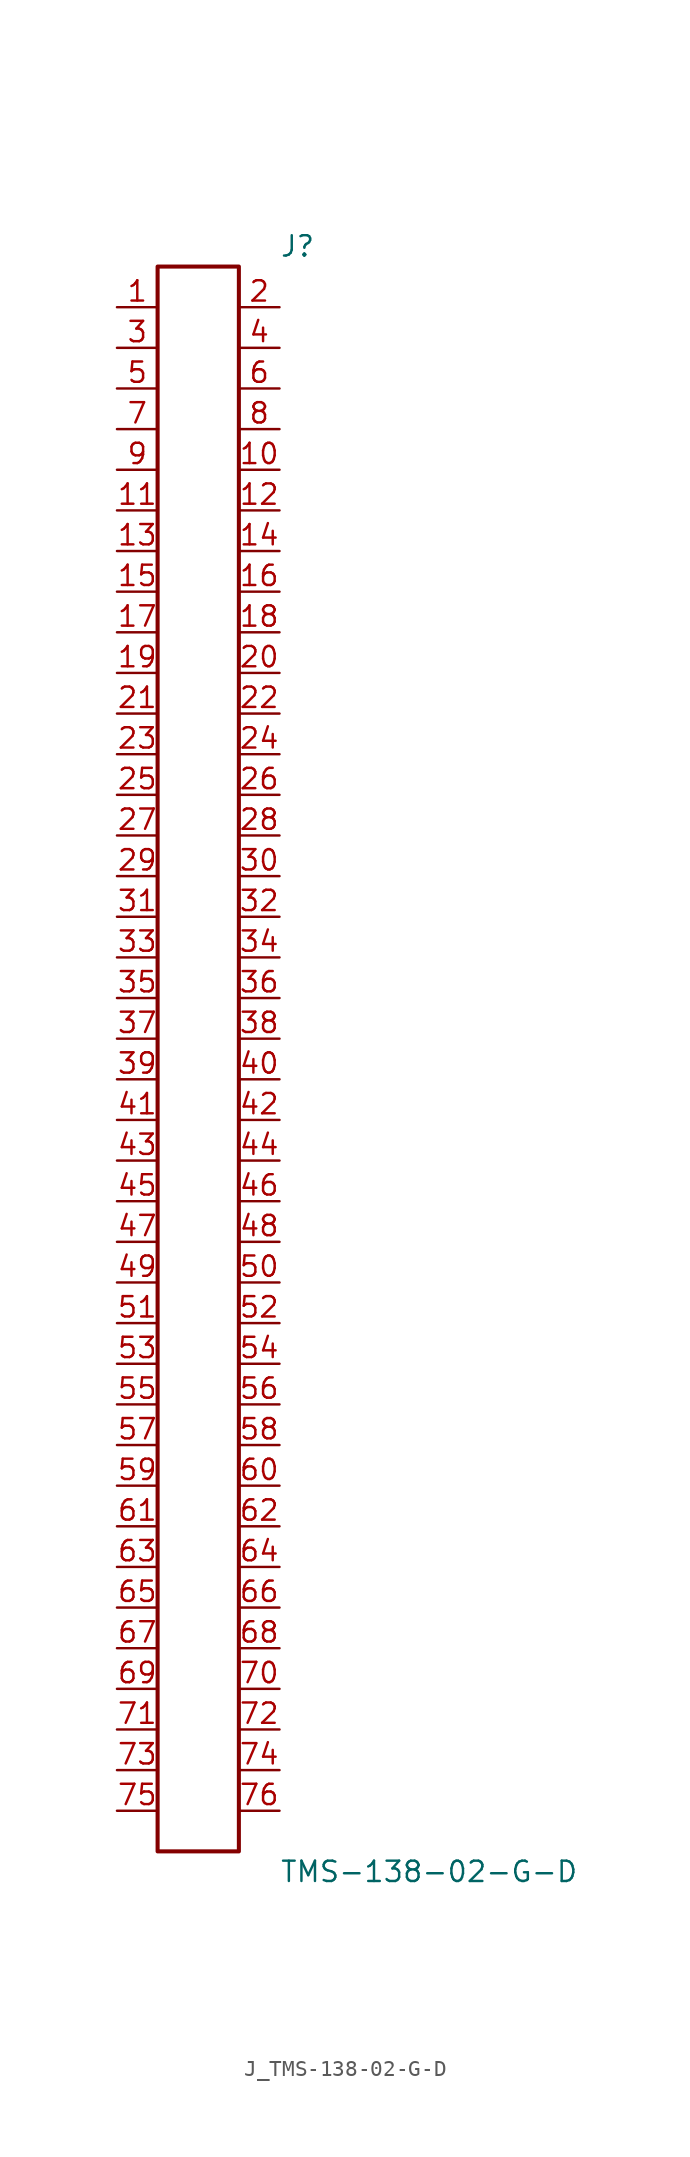
<source format=kicad_sym>
(kicad_symbol_lib
  (version 20231120)
  (generator kicad_symbol_editor)
  (generator_version 8.0)
  (symbol "J_TMS-138-02-G-D"
    (pin_names
      (offset 0.254))
    (property "Reference" "J"
      (at 5.08 50.8 0)
      (effects (font (size 1.27 1.27)) (justify left)))
    (property "Value" "TMS-138-02-G-D"
      (at 5.08 -50.8 0)
      (effects (font (size 1.27 1.27)) (justify left)))
    (symbol "J_TMS-138-02-G-D_0_0"
      (pin unspecified line (at -5.08 46.99 0) (length 2.54) (name "" (effects (font (size 1.27 1.27)))) (number "1" (effects (font (size 1.27 1.27)))))
      (pin unspecified line (at 5.08 46.99 180) (length 2.54) (name "" (effects (font (size 1.27 1.27)))) (number "2" (effects (font (size 1.27 1.27)))))
      (pin unspecified line (at -5.08 44.45 0) (length 2.54) (name "" (effects (font (size 1.27 1.27)))) (number "3" (effects (font (size 1.27 1.27)))))
      (pin unspecified line (at 5.08 44.45 180) (length 2.54) (name "" (effects (font (size 1.27 1.27)))) (number "4" (effects (font (size 1.27 1.27)))))
      (pin unspecified line (at -5.08 41.91 0) (length 2.54) (name "" (effects (font (size 1.27 1.27)))) (number "5" (effects (font (size 1.27 1.27)))))
      (pin unspecified line (at 5.08 41.91 180) (length 2.54) (name "" (effects (font (size 1.27 1.27)))) (number "6" (effects (font (size 1.27 1.27)))))
      (pin unspecified line (at -5.08 39.37 0) (length 2.54) (name "" (effects (font (size 1.27 1.27)))) (number "7" (effects (font (size 1.27 1.27)))))
      (pin unspecified line (at 5.08 39.37 180) (length 2.54) (name "" (effects (font (size 1.27 1.27)))) (number "8" (effects (font (size 1.27 1.27)))))
      (pin unspecified line (at -5.08 36.83 0) (length 2.54) (name "" (effects (font (size 1.27 1.27)))) (number "9" (effects (font (size 1.27 1.27)))))
      (pin unspecified line (at 5.08 36.83 180) (length 2.54) (name "" (effects (font (size 1.27 1.27)))) (number "10" (effects (font (size 1.27 1.27)))))
      (pin unspecified line (at -5.08 34.29 0) (length 2.54) (name "" (effects (font (size 1.27 1.27)))) (number "11" (effects (font (size 1.27 1.27)))))
      (pin unspecified line (at 5.08 34.29 180) (length 2.54) (name "" (effects (font (size 1.27 1.27)))) (number "12" (effects (font (size 1.27 1.27)))))
      (pin unspecified line (at -5.08 31.75 0) (length 2.54) (name "" (effects (font (size 1.27 1.27)))) (number "13" (effects (font (size 1.27 1.27)))))
      (pin unspecified line (at 5.08 31.75 180) (length 2.54) (name "" (effects (font (size 1.27 1.27)))) (number "14" (effects (font (size 1.27 1.27)))))
      (pin unspecified line (at -5.08 29.21 0) (length 2.54) (name "" (effects (font (size 1.27 1.27)))) (number "15" (effects (font (size 1.27 1.27)))))
      (pin unspecified line (at 5.08 29.21 180) (length 2.54) (name "" (effects (font (size 1.27 1.27)))) (number "16" (effects (font (size 1.27 1.27)))))
      (pin unspecified line (at -5.08 26.67 0) (length 2.54) (name "" (effects (font (size 1.27 1.27)))) (number "17" (effects (font (size 1.27 1.27)))))
      (pin unspecified line (at 5.08 26.67 180) (length 2.54) (name "" (effects (font (size 1.27 1.27)))) (number "18" (effects (font (size 1.27 1.27)))))
      (pin unspecified line (at -5.08 24.13 0) (length 2.54) (name "" (effects (font (size 1.27 1.27)))) (number "19" (effects (font (size 1.27 1.27)))))
      (pin unspecified line (at 5.08 24.13 180) (length 2.54) (name "" (effects (font (size 1.27 1.27)))) (number "20" (effects (font (size 1.27 1.27)))))
      (pin unspecified line (at -5.08 21.59 0) (length 2.54) (name "" (effects (font (size 1.27 1.27)))) (number "21" (effects (font (size 1.27 1.27)))))
      (pin unspecified line (at 5.08 21.59 180) (length 2.54) (name "" (effects (font (size 1.27 1.27)))) (number "22" (effects (font (size 1.27 1.27)))))
      (pin unspecified line (at -5.08 19.05 0) (length 2.54) (name "" (effects (font (size 1.27 1.27)))) (number "23" (effects (font (size 1.27 1.27)))))
      (pin unspecified line (at 5.08 19.05 180) (length 2.54) (name "" (effects (font (size 1.27 1.27)))) (number "24" (effects (font (size 1.27 1.27)))))
      (pin unspecified line (at -5.08 16.51 0) (length 2.54) (name "" (effects (font (size 1.27 1.27)))) (number "25" (effects (font (size 1.27 1.27)))))
      (pin unspecified line (at 5.08 16.51 180) (length 2.54) (name "" (effects (font (size 1.27 1.27)))) (number "26" (effects (font (size 1.27 1.27)))))
      (pin unspecified line (at -5.08 13.97 0) (length 2.54) (name "" (effects (font (size 1.27 1.27)))) (number "27" (effects (font (size 1.27 1.27)))))
      (pin unspecified line (at 5.08 13.97 180) (length 2.54) (name "" (effects (font (size 1.27 1.27)))) (number "28" (effects (font (size 1.27 1.27)))))
      (pin unspecified line (at -5.08 11.43 0) (length 2.54) (name "" (effects (font (size 1.27 1.27)))) (number "29" (effects (font (size 1.27 1.27)))))
      (pin unspecified line (at 5.08 11.43 180) (length 2.54) (name "" (effects (font (size 1.27 1.27)))) (number "30" (effects (font (size 1.27 1.27)))))
      (pin unspecified line (at -5.08 8.89 0) (length 2.54) (name "" (effects (font (size 1.27 1.27)))) (number "31" (effects (font (size 1.27 1.27)))))
      (pin unspecified line (at 5.08 8.89 180) (length 2.54) (name "" (effects (font (size 1.27 1.27)))) (number "32" (effects (font (size 1.27 1.27)))))
      (pin unspecified line (at -5.08 6.35 0) (length 2.54) (name "" (effects (font (size 1.27 1.27)))) (number "33" (effects (font (size 1.27 1.27)))))
      (pin unspecified line (at 5.08 6.35 180) (length 2.54) (name "" (effects (font (size 1.27 1.27)))) (number "34" (effects (font (size 1.27 1.27)))))
      (pin unspecified line (at -5.08 3.81 0) (length 2.54) (name "" (effects (font (size 1.27 1.27)))) (number "35" (effects (font (size 1.27 1.27)))))
      (pin unspecified line (at 5.08 3.81 180) (length 2.54) (name "" (effects (font (size 1.27 1.27)))) (number "36" (effects (font (size 1.27 1.27)))))
      (pin unspecified line (at -5.08 1.27 0) (length 2.54) (name "" (effects (font (size 1.27 1.27)))) (number "37" (effects (font (size 1.27 1.27)))))
      (pin unspecified line (at 5.08 1.27 180) (length 2.54) (name "" (effects (font (size 1.27 1.27)))) (number "38" (effects (font (size 1.27 1.27)))))
      (pin unspecified line (at -5.08 -1.27 0) (length 2.54) (name "" (effects (font (size 1.27 1.27)))) (number "39" (effects (font (size 1.27 1.27)))))
      (pin unspecified line (at 5.08 -1.27 180) (length 2.54) (name "" (effects (font (size 1.27 1.27)))) (number "40" (effects (font (size 1.27 1.27)))))
      (pin unspecified line (at -5.08 -3.81 0) (length 2.54) (name "" (effects (font (size 1.27 1.27)))) (number "41" (effects (font (size 1.27 1.27)))))
      (pin unspecified line (at 5.08 -3.81 180) (length 2.54) (name "" (effects (font (size 1.27 1.27)))) (number "42" (effects (font (size 1.27 1.27)))))
      (pin unspecified line (at -5.08 -6.35 0) (length 2.54) (name "" (effects (font (size 1.27 1.27)))) (number "43" (effects (font (size 1.27 1.27)))))
      (pin unspecified line (at 5.08 -6.35 180) (length 2.54) (name "" (effects (font (size 1.27 1.27)))) (number "44" (effects (font (size 1.27 1.27)))))
      (pin unspecified line (at -5.08 -8.89 0) (length 2.54) (name "" (effects (font (size 1.27 1.27)))) (number "45" (effects (font (size 1.27 1.27)))))
      (pin unspecified line (at 5.08 -8.89 180) (length 2.54) (name "" (effects (font (size 1.27 1.27)))) (number "46" (effects (font (size 1.27 1.27)))))
      (pin unspecified line (at -5.08 -11.43 0) (length 2.54) (name "" (effects (font (size 1.27 1.27)))) (number "47" (effects (font (size 1.27 1.27)))))
      (pin unspecified line (at 5.08 -11.43 180) (length 2.54) (name "" (effects (font (size 1.27 1.27)))) (number "48" (effects (font (size 1.27 1.27)))))
      (pin unspecified line (at -5.08 -13.97 0) (length 2.54) (name "" (effects (font (size 1.27 1.27)))) (number "49" (effects (font (size 1.27 1.27)))))
      (pin unspecified line (at 5.08 -13.97 180) (length 2.54) (name "" (effects (font (size 1.27 1.27)))) (number "50" (effects (font (size 1.27 1.27)))))
      (pin unspecified line (at -5.08 -16.51 0) (length 2.54) (name "" (effects (font (size 1.27 1.27)))) (number "51" (effects (font (size 1.27 1.27)))))
      (pin unspecified line (at 5.08 -16.51 180) (length 2.54) (name "" (effects (font (size 1.27 1.27)))) (number "52" (effects (font (size 1.27 1.27)))))
      (pin unspecified line (at -5.08 -19.05 0) (length 2.54) (name "" (effects (font (size 1.27 1.27)))) (number "53" (effects (font (size 1.27 1.27)))))
      (pin unspecified line (at 5.08 -19.05 180) (length 2.54) (name "" (effects (font (size 1.27 1.27)))) (number "54" (effects (font (size 1.27 1.27)))))
      (pin unspecified line (at -5.08 -21.59 0) (length 2.54) (name "" (effects (font (size 1.27 1.27)))) (number "55" (effects (font (size 1.27 1.27)))))
      (pin unspecified line (at 5.08 -21.59 180) (length 2.54) (name "" (effects (font (size 1.27 1.27)))) (number "56" (effects (font (size 1.27 1.27)))))
      (pin unspecified line (at -5.08 -24.13 0) (length 2.54) (name "" (effects (font (size 1.27 1.27)))) (number "57" (effects (font (size 1.27 1.27)))))
      (pin unspecified line (at 5.08 -24.13 180) (length 2.54) (name "" (effects (font (size 1.27 1.27)))) (number "58" (effects (font (size 1.27 1.27)))))
      (pin unspecified line (at -5.08 -26.67 0) (length 2.54) (name "" (effects (font (size 1.27 1.27)))) (number "59" (effects (font (size 1.27 1.27)))))
      (pin unspecified line (at 5.08 -26.67 180) (length 2.54) (name "" (effects (font (size 1.27 1.27)))) (number "60" (effects (font (size 1.27 1.27)))))
      (pin unspecified line (at -5.08 -29.21 0) (length 2.54) (name "" (effects (font (size 1.27 1.27)))) (number "61" (effects (font (size 1.27 1.27)))))
      (pin unspecified line (at 5.08 -29.21 180) (length 2.54) (name "" (effects (font (size 1.27 1.27)))) (number "62" (effects (font (size 1.27 1.27)))))
      (pin unspecified line (at -5.08 -31.75 0) (length 2.54) (name "" (effects (font (size 1.27 1.27)))) (number "63" (effects (font (size 1.27 1.27)))))
      (pin unspecified line (at 5.08 -31.75 180) (length 2.54) (name "" (effects (font (size 1.27 1.27)))) (number "64" (effects (font (size 1.27 1.27)))))
      (pin unspecified line (at -5.08 -34.29 0) (length 2.54) (name "" (effects (font (size 1.27 1.27)))) (number "65" (effects (font (size 1.27 1.27)))))
      (pin unspecified line (at 5.08 -34.29 180) (length 2.54) (name "" (effects (font (size 1.27 1.27)))) (number "66" (effects (font (size 1.27 1.27)))))
      (pin unspecified line (at -5.08 -36.83 0) (length 2.54) (name "" (effects (font (size 1.27 1.27)))) (number "67" (effects (font (size 1.27 1.27)))))
      (pin unspecified line (at 5.08 -36.83 180) (length 2.54) (name "" (effects (font (size 1.27 1.27)))) (number "68" (effects (font (size 1.27 1.27)))))
      (pin unspecified line (at -5.08 -39.37 0) (length 2.54) (name "" (effects (font (size 1.27 1.27)))) (number "69" (effects (font (size 1.27 1.27)))))
      (pin unspecified line (at 5.08 -39.37 180) (length 2.54) (name "" (effects (font (size 1.27 1.27)))) (number "70" (effects (font (size 1.27 1.27)))))
      (pin unspecified line (at -5.08 -41.91 0) (length 2.54) (name "" (effects (font (size 1.27 1.27)))) (number "71" (effects (font (size 1.27 1.27)))))
      (pin unspecified line (at 5.08 -41.91 180) (length 2.54) (name "" (effects (font (size 1.27 1.27)))) (number "72" (effects (font (size 1.27 1.27)))))
      (pin unspecified line (at -5.08 -44.45 0) (length 2.54) (name "" (effects (font (size 1.27 1.27)))) (number "73" (effects (font (size 1.27 1.27)))))
      (pin unspecified line (at 5.08 -44.45 180) (length 2.54) (name "" (effects (font (size 1.27 1.27)))) (number "74" (effects (font (size 1.27 1.27)))))
      (pin unspecified line (at -5.08 -46.99 0) (length 2.54) (name "" (effects (font (size 1.27 1.27)))) (number "75" (effects (font (size 1.27 1.27)))))
      (pin unspecified line (at 5.08 -46.99 180) (length 2.54) (name "" (effects (font (size 1.27 1.27)))) (number "76" (effects (font (size 1.27 1.27))))))
    (symbol "J_TMS-138-02-G-D_1_0"
      (rectangle (start -2.54 49.53) (end 2.54 -49.53) (stroke (width 0.254) (type solid)) (fill (type none))))))
</source>
